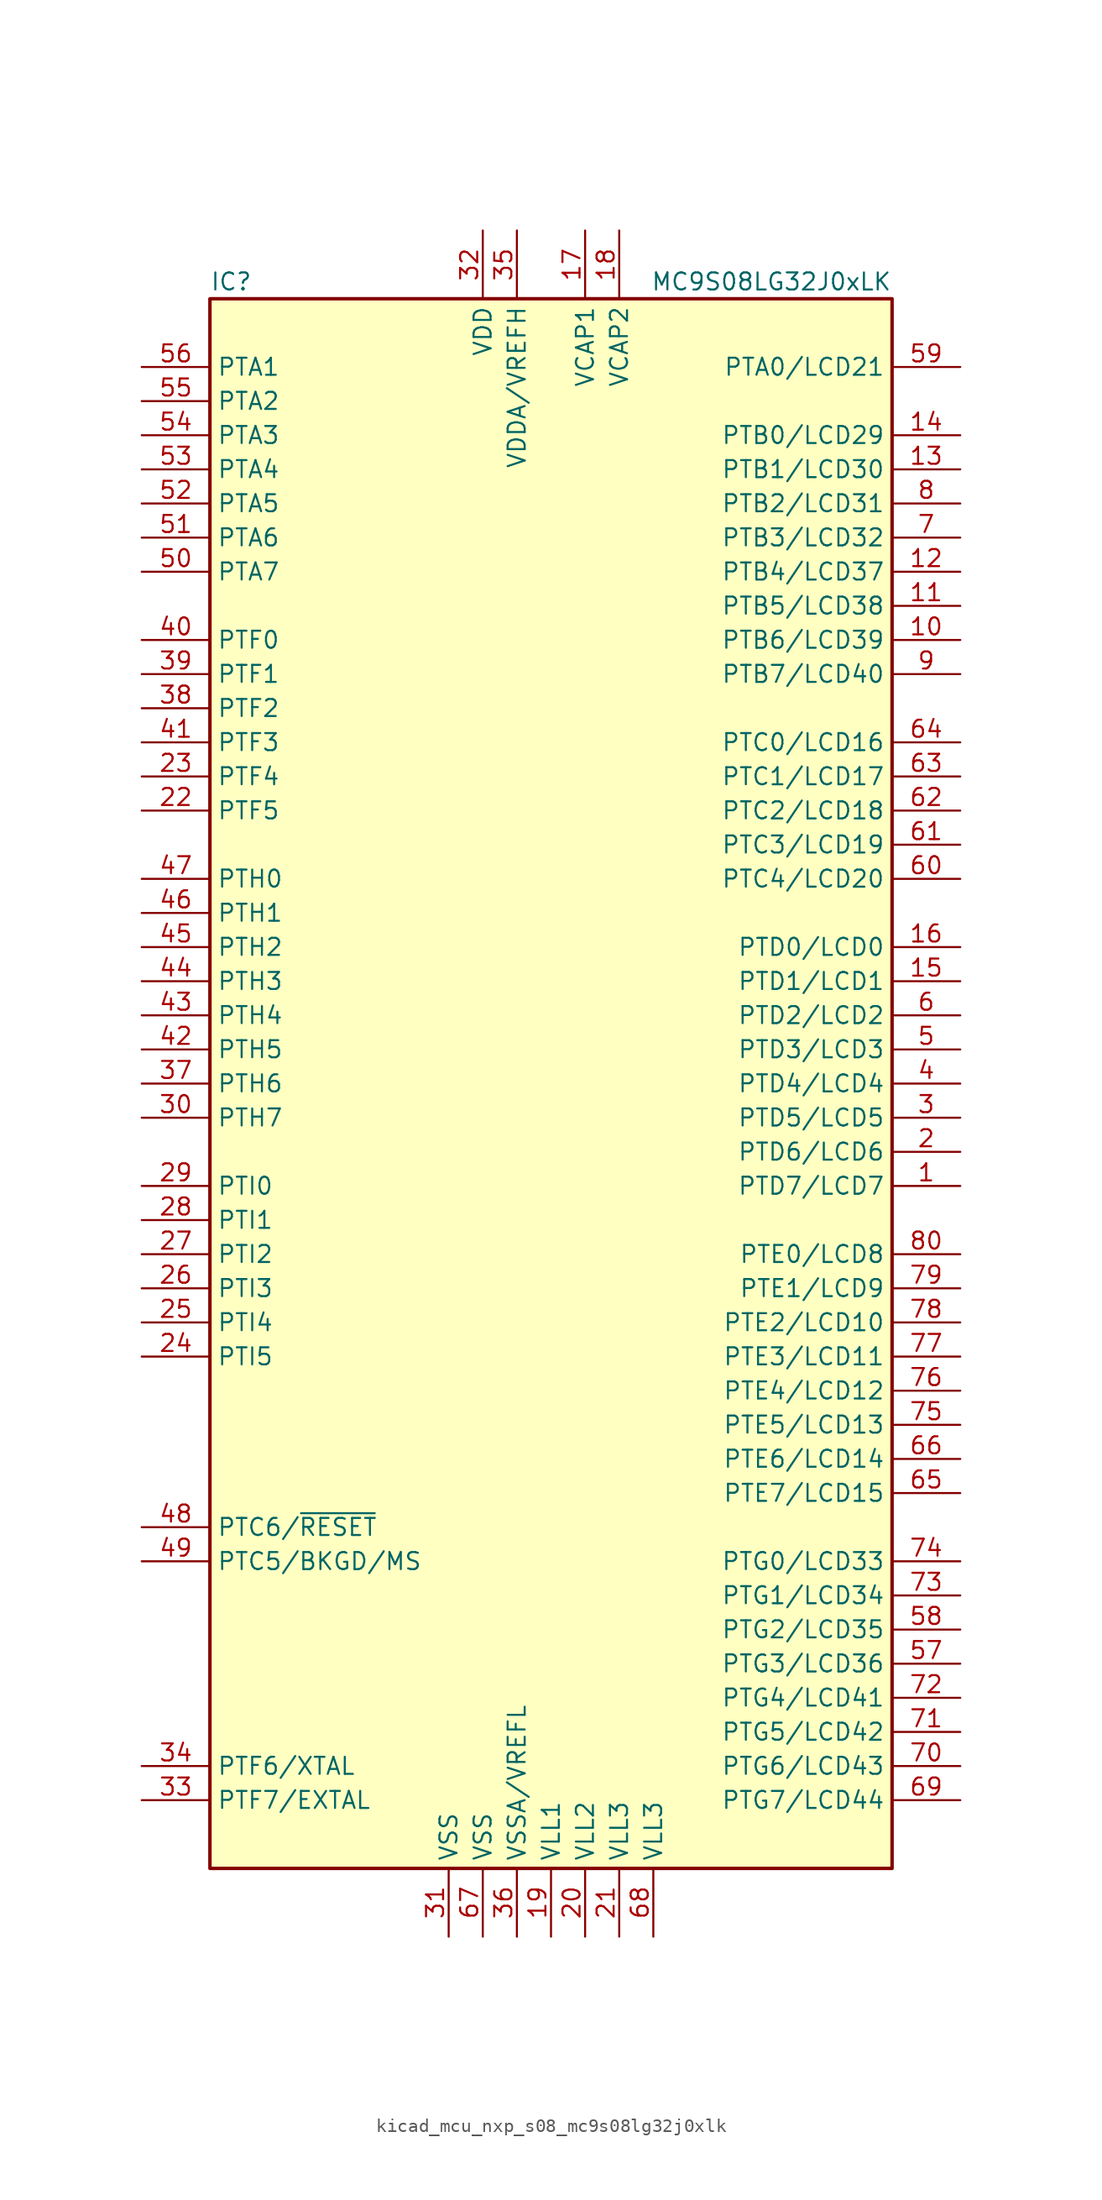
<source format=kicad_sym>
(kicad_symbol_lib
  (version 20220914)
  (generator kicad_symbol_editor)
  (symbol "kicad_mcu_nxp_s08_mc9s08lg32j0xlk"
    (property "Reference" "IC"
      (at -25.4 59.69 0)
      (effects (font (size 1.27 1.27)) (justify left)))
    (property "Value" "MC9S08LG32J0xLK"
      (at 25.4 59.69 0)
      (effects (font (size 1.27 1.27)) (justify right)))
    (symbol "kicad_mcu_nxp_s08_mc9s08lg32j0xlk_0_1"
      (rectangle (start -25.4 58.42) (end 25.4 -58.42) (stroke (width 0.254) (type default)) (fill (type background))))
    (symbol "kicad_mcu_nxp_s08_mc9s08lg32j0xlk_1_1"
      (pin bidirectional line (at 30.48 -7.62 180) (length 5.08) (name "PTD7/LCD7" (effects (font (size 1.27 1.27)))) (number "1" (effects (font (size 1.27 1.27)))))
      (pin bidirectional line (at 30.48 33.02 180) (length 5.08) (name "PTB6/LCD39" (effects (font (size 1.27 1.27)))) (number "10" (effects (font (size 1.27 1.27)))))
      (pin bidirectional line (at 30.48 35.56 180) (length 5.08) (name "PTB5/LCD38" (effects (font (size 1.27 1.27)))) (number "11" (effects (font (size 1.27 1.27)))))
      (pin bidirectional line (at 30.48 38.1 180) (length 5.08) (name "PTB4/LCD37" (effects (font (size 1.27 1.27)))) (number "12" (effects (font (size 1.27 1.27)))))
      (pin bidirectional line (at 30.48 45.72 180) (length 5.08) (name "PTB1/LCD30" (effects (font (size 1.27 1.27)))) (number "13" (effects (font (size 1.27 1.27)))))
      (pin bidirectional line (at 30.48 48.26 180) (length 5.08) (name "PTB0/LCD29" (effects (font (size 1.27 1.27)))) (number "14" (effects (font (size 1.27 1.27)))))
      (pin bidirectional line (at 30.48 7.62 180) (length 5.08) (name "PTD1/LCD1" (effects (font (size 1.27 1.27)))) (number "15" (effects (font (size 1.27 1.27)))))
      (pin bidirectional line (at 30.48 10.16 180) (length 5.08) (name "PTD0/LCD0" (effects (font (size 1.27 1.27)))) (number "16" (effects (font (size 1.27 1.27)))))
      (pin power_in line (at 2.54 63.5 270) (length 5.08) (name "VCAP1" (effects (font (size 1.27 1.27)))) (number "17" (effects (font (size 1.27 1.27)))))
      (pin power_in line (at 5.08 63.5 270) (length 5.08) (name "VCAP2" (effects (font (size 1.27 1.27)))) (number "18" (effects (font (size 1.27 1.27)))))
      (pin power_in line (at 0 -63.5 90) (length 5.08) (name "VLL1" (effects (font (size 1.27 1.27)))) (number "19" (effects (font (size 1.27 1.27)))))
      (pin bidirectional line (at 30.48 -5.08 180) (length 5.08) (name "PTD6/LCD6" (effects (font (size 1.27 1.27)))) (number "2" (effects (font (size 1.27 1.27)))))
      (pin power_in line (at 2.54 -63.5 90) (length 5.08) (name "VLL2" (effects (font (size 1.27 1.27)))) (number "20" (effects (font (size 1.27 1.27)))))
      (pin power_in line (at 5.08 -63.5 90) (length 5.08) (name "VLL3" (effects (font (size 1.27 1.27)))) (number "21" (effects (font (size 1.27 1.27)))))
      (pin bidirectional line (at -30.48 20.32 0) (length 5.08) (name "PTF5" (effects (font (size 1.27 1.27)))) (number "22" (effects (font (size 1.27 1.27)))))
      (pin bidirectional line (at -30.48 22.86 0) (length 5.08) (name "PTF4" (effects (font (size 1.27 1.27)))) (number "23" (effects (font (size 1.27 1.27)))))
      (pin bidirectional line (at -30.48 -20.32 0) (length 5.08) (name "PTI5" (effects (font (size 1.27 1.27)))) (number "24" (effects (font (size 1.27 1.27)))))
      (pin bidirectional line (at -30.48 -17.78 0) (length 5.08) (name "PTI4" (effects (font (size 1.27 1.27)))) (number "25" (effects (font (size 1.27 1.27)))))
      (pin bidirectional line (at -30.48 -15.24 0) (length 5.08) (name "PTI3" (effects (font (size 1.27 1.27)))) (number "26" (effects (font (size 1.27 1.27)))))
      (pin bidirectional line (at -30.48 -12.7 0) (length 5.08) (name "PTI2" (effects (font (size 1.27 1.27)))) (number "27" (effects (font (size 1.27 1.27)))))
      (pin bidirectional line (at -30.48 -10.16 0) (length 5.08) (name "PTI1" (effects (font (size 1.27 1.27)))) (number "28" (effects (font (size 1.27 1.27)))))
      (pin bidirectional line (at -30.48 -7.62 0) (length 5.08) (name "PTI0" (effects (font (size 1.27 1.27)))) (number "29" (effects (font (size 1.27 1.27)))))
      (pin bidirectional line (at 30.48 -2.54 180) (length 5.08) (name "PTD5/LCD5" (effects (font (size 1.27 1.27)))) (number "3" (effects (font (size 1.27 1.27)))))
      (pin bidirectional line (at -30.48 -2.54 0) (length 5.08) (name "PTH7" (effects (font (size 1.27 1.27)))) (number "30" (effects (font (size 1.27 1.27)))))
      (pin power_in line (at -7.62 -63.5 90) (length 5.08) (name "VSS" (effects (font (size 1.27 1.27)))) (number "31" (effects (font (size 1.27 1.27)))))
      (pin power_in line (at -5.08 63.5 270) (length 5.08) (name "VDD" (effects (font (size 1.27 1.27)))) (number "32" (effects (font (size 1.27 1.27)))))
      (pin bidirectional line (at -30.48 -53.34 0) (length 5.08) (name "PTF7/EXTAL" (effects (font (size 1.27 1.27)))) (number "33" (effects (font (size 1.27 1.27)))))
      (pin bidirectional line (at -30.48 -50.8 0) (length 5.08) (name "PTF6/XTAL" (effects (font (size 1.27 1.27)))) (number "34" (effects (font (size 1.27 1.27)))))
      (pin power_in line (at -2.54 63.5 270) (length 5.08) (name "VDDA/VREFH" (effects (font (size 1.27 1.27)))) (number "35" (effects (font (size 1.27 1.27)))))
      (pin power_in line (at -2.54 -63.5 90) (length 5.08) (name "VSSA/VREFL" (effects (font (size 1.27 1.27)))) (number "36" (effects (font (size 1.27 1.27)))))
      (pin bidirectional line (at -30.48 0 0) (length 5.08) (name "PTH6" (effects (font (size 1.27 1.27)))) (number "37" (effects (font (size 1.27 1.27)))))
      (pin bidirectional line (at -30.48 27.94 0) (length 5.08) (name "PTF2" (effects (font (size 1.27 1.27)))) (number "38" (effects (font (size 1.27 1.27)))))
      (pin bidirectional line (at -30.48 30.48 0) (length 5.08) (name "PTF1" (effects (font (size 1.27 1.27)))) (number "39" (effects (font (size 1.27 1.27)))))
      (pin bidirectional line (at 30.48 0 180) (length 5.08) (name "PTD4/LCD4" (effects (font (size 1.27 1.27)))) (number "4" (effects (font (size 1.27 1.27)))))
      (pin bidirectional line (at -30.48 33.02 0) (length 5.08) (name "PTF0" (effects (font (size 1.27 1.27)))) (number "40" (effects (font (size 1.27 1.27)))))
      (pin bidirectional line (at -30.48 25.4 0) (length 5.08) (name "PTF3" (effects (font (size 1.27 1.27)))) (number "41" (effects (font (size 1.27 1.27)))))
      (pin bidirectional line (at -30.48 2.54 0) (length 5.08) (name "PTH5" (effects (font (size 1.27 1.27)))) (number "42" (effects (font (size 1.27 1.27)))))
      (pin bidirectional line (at -30.48 5.08 0) (length 5.08) (name "PTH4" (effects (font (size 1.27 1.27)))) (number "43" (effects (font (size 1.27 1.27)))))
      (pin bidirectional line (at -30.48 7.62 0) (length 5.08) (name "PTH3" (effects (font (size 1.27 1.27)))) (number "44" (effects (font (size 1.27 1.27)))))
      (pin bidirectional line (at -30.48 10.16 0) (length 5.08) (name "PTH2" (effects (font (size 1.27 1.27)))) (number "45" (effects (font (size 1.27 1.27)))))
      (pin bidirectional line (at -30.48 12.7 0) (length 5.08) (name "PTH1" (effects (font (size 1.27 1.27)))) (number "46" (effects (font (size 1.27 1.27)))))
      (pin bidirectional line (at -30.48 15.24 0) (length 5.08) (name "PTH0" (effects (font (size 1.27 1.27)))) (number "47" (effects (font (size 1.27 1.27)))))
      (pin bidirectional line (at -30.48 -33.02 0) (length 5.08) (name "PTC6/~{RESET}" (effects (font (size 1.27 1.27)))) (number "48" (effects (font (size 1.27 1.27)))))
      (pin bidirectional line (at -30.48 -35.56 0) (length 5.08) (name "PTC5/BKGD/MS" (effects (font (size 1.27 1.27)))) (number "49" (effects (font (size 1.27 1.27)))))
      (pin bidirectional line (at 30.48 2.54 180) (length 5.08) (name "PTD3/LCD3" (effects (font (size 1.27 1.27)))) (number "5" (effects (font (size 1.27 1.27)))))
      (pin bidirectional line (at -30.48 38.1 0) (length 5.08) (name "PTA7" (effects (font (size 1.27 1.27)))) (number "50" (effects (font (size 1.27 1.27)))))
      (pin bidirectional line (at -30.48 40.64 0) (length 5.08) (name "PTA6" (effects (font (size 1.27 1.27)))) (number "51" (effects (font (size 1.27 1.27)))))
      (pin bidirectional line (at -30.48 43.18 0) (length 5.08) (name "PTA5" (effects (font (size 1.27 1.27)))) (number "52" (effects (font (size 1.27 1.27)))))
      (pin bidirectional line (at -30.48 45.72 0) (length 5.08) (name "PTA4" (effects (font (size 1.27 1.27)))) (number "53" (effects (font (size 1.27 1.27)))))
      (pin bidirectional line (at -30.48 48.26 0) (length 5.08) (name "PTA3" (effects (font (size 1.27 1.27)))) (number "54" (effects (font (size 1.27 1.27)))))
      (pin bidirectional line (at -30.48 50.8 0) (length 5.08) (name "PTA2" (effects (font (size 1.27 1.27)))) (number "55" (effects (font (size 1.27 1.27)))))
      (pin bidirectional line (at -30.48 53.34 0) (length 5.08) (name "PTA1" (effects (font (size 1.27 1.27)))) (number "56" (effects (font (size 1.27 1.27)))))
      (pin bidirectional line (at 30.48 -43.18 180) (length 5.08) (name "PTG3/LCD36" (effects (font (size 1.27 1.27)))) (number "57" (effects (font (size 1.27 1.27)))))
      (pin bidirectional line (at 30.48 -40.64 180) (length 5.08) (name "PTG2/LCD35" (effects (font (size 1.27 1.27)))) (number "58" (effects (font (size 1.27 1.27)))))
      (pin bidirectional line (at 30.48 53.34 180) (length 5.08) (name "PTA0/LCD21" (effects (font (size 1.27 1.27)))) (number "59" (effects (font (size 1.27 1.27)))))
      (pin bidirectional line (at 30.48 5.08 180) (length 5.08) (name "PTD2/LCD2" (effects (font (size 1.27 1.27)))) (number "6" (effects (font (size 1.27 1.27)))))
      (pin bidirectional line (at 30.48 15.24 180) (length 5.08) (name "PTC4/LCD20" (effects (font (size 1.27 1.27)))) (number "60" (effects (font (size 1.27 1.27)))))
      (pin bidirectional line (at 30.48 17.78 180) (length 5.08) (name "PTC3/LCD19" (effects (font (size 1.27 1.27)))) (number "61" (effects (font (size 1.27 1.27)))))
      (pin bidirectional line (at 30.48 20.32 180) (length 5.08) (name "PTC2/LCD18" (effects (font (size 1.27 1.27)))) (number "62" (effects (font (size 1.27 1.27)))))
      (pin bidirectional line (at 30.48 22.86 180) (length 5.08) (name "PTC1/LCD17" (effects (font (size 1.27 1.27)))) (number "63" (effects (font (size 1.27 1.27)))))
      (pin bidirectional line (at 30.48 25.4 180) (length 5.08) (name "PTC0/LCD16" (effects (font (size 1.27 1.27)))) (number "64" (effects (font (size 1.27 1.27)))))
      (pin bidirectional line (at 30.48 -30.48 180) (length 5.08) (name "PTE7/LCD15" (effects (font (size 1.27 1.27)))) (number "65" (effects (font (size 1.27 1.27)))))
      (pin bidirectional line (at 30.48 -27.94 180) (length 5.08) (name "PTE6/LCD14" (effects (font (size 1.27 1.27)))) (number "66" (effects (font (size 1.27 1.27)))))
      (pin power_in line (at -5.08 -63.5 90) (length 5.08) (name "VSS" (effects (font (size 1.27 1.27)))) (number "67" (effects (font (size 1.27 1.27)))))
      (pin power_in line (at 7.62 -63.5 90) (length 5.08) (name "VLL3" (effects (font (size 1.27 1.27)))) (number "68" (effects (font (size 1.27 1.27)))))
      (pin bidirectional line (at 30.48 -53.34 180) (length 5.08) (name "PTG7/LCD44" (effects (font (size 1.27 1.27)))) (number "69" (effects (font (size 1.27 1.27)))))
      (pin bidirectional line (at 30.48 40.64 180) (length 5.08) (name "PTB3/LCD32" (effects (font (size 1.27 1.27)))) (number "7" (effects (font (size 1.27 1.27)))))
      (pin bidirectional line (at 30.48 -50.8 180) (length 5.08) (name "PTG6/LCD43" (effects (font (size 1.27 1.27)))) (number "70" (effects (font (size 1.27 1.27)))))
      (pin bidirectional line (at 30.48 -48.26 180) (length 5.08) (name "PTG5/LCD42" (effects (font (size 1.27 1.27)))) (number "71" (effects (font (size 1.27 1.27)))))
      (pin bidirectional line (at 30.48 -45.72 180) (length 5.08) (name "PTG4/LCD41" (effects (font (size 1.27 1.27)))) (number "72" (effects (font (size 1.27 1.27)))))
      (pin bidirectional line (at 30.48 -38.1 180) (length 5.08) (name "PTG1/LCD34" (effects (font (size 1.27 1.27)))) (number "73" (effects (font (size 1.27 1.27)))))
      (pin bidirectional line (at 30.48 -35.56 180) (length 5.08) (name "PTG0/LCD33" (effects (font (size 1.27 1.27)))) (number "74" (effects (font (size 1.27 1.27)))))
      (pin bidirectional line (at 30.48 -25.4 180) (length 5.08) (name "PTE5/LCD13" (effects (font (size 1.27 1.27)))) (number "75" (effects (font (size 1.27 1.27)))))
      (pin bidirectional line (at 30.48 -22.86 180) (length 5.08) (name "PTE4/LCD12" (effects (font (size 1.27 1.27)))) (number "76" (effects (font (size 1.27 1.27)))))
      (pin bidirectional line (at 30.48 -20.32 180) (length 5.08) (name "PTE3/LCD11" (effects (font (size 1.27 1.27)))) (number "77" (effects (font (size 1.27 1.27)))))
      (pin bidirectional line (at 30.48 -17.78 180) (length 5.08) (name "PTE2/LCD10" (effects (font (size 1.27 1.27)))) (number "78" (effects (font (size 1.27 1.27)))))
      (pin bidirectional line (at 30.48 -15.24 180) (length 5.08) (name "PTE1/LCD9" (effects (font (size 1.27 1.27)))) (number "79" (effects (font (size 1.27 1.27)))))
      (pin bidirectional line (at 30.48 43.18 180) (length 5.08) (name "PTB2/LCD31" (effects (font (size 1.27 1.27)))) (number "8" (effects (font (size 1.27 1.27)))))
      (pin bidirectional line (at 30.48 -12.7 180) (length 5.08) (name "PTE0/LCD8" (effects (font (size 1.27 1.27)))) (number "80" (effects (font (size 1.27 1.27)))))
      (pin bidirectional line (at 30.48 30.48 180) (length 5.08) (name "PTB7/LCD40" (effects (font (size 1.27 1.27)))) (number "9" (effects (font (size 1.27 1.27))))))))
</source>
